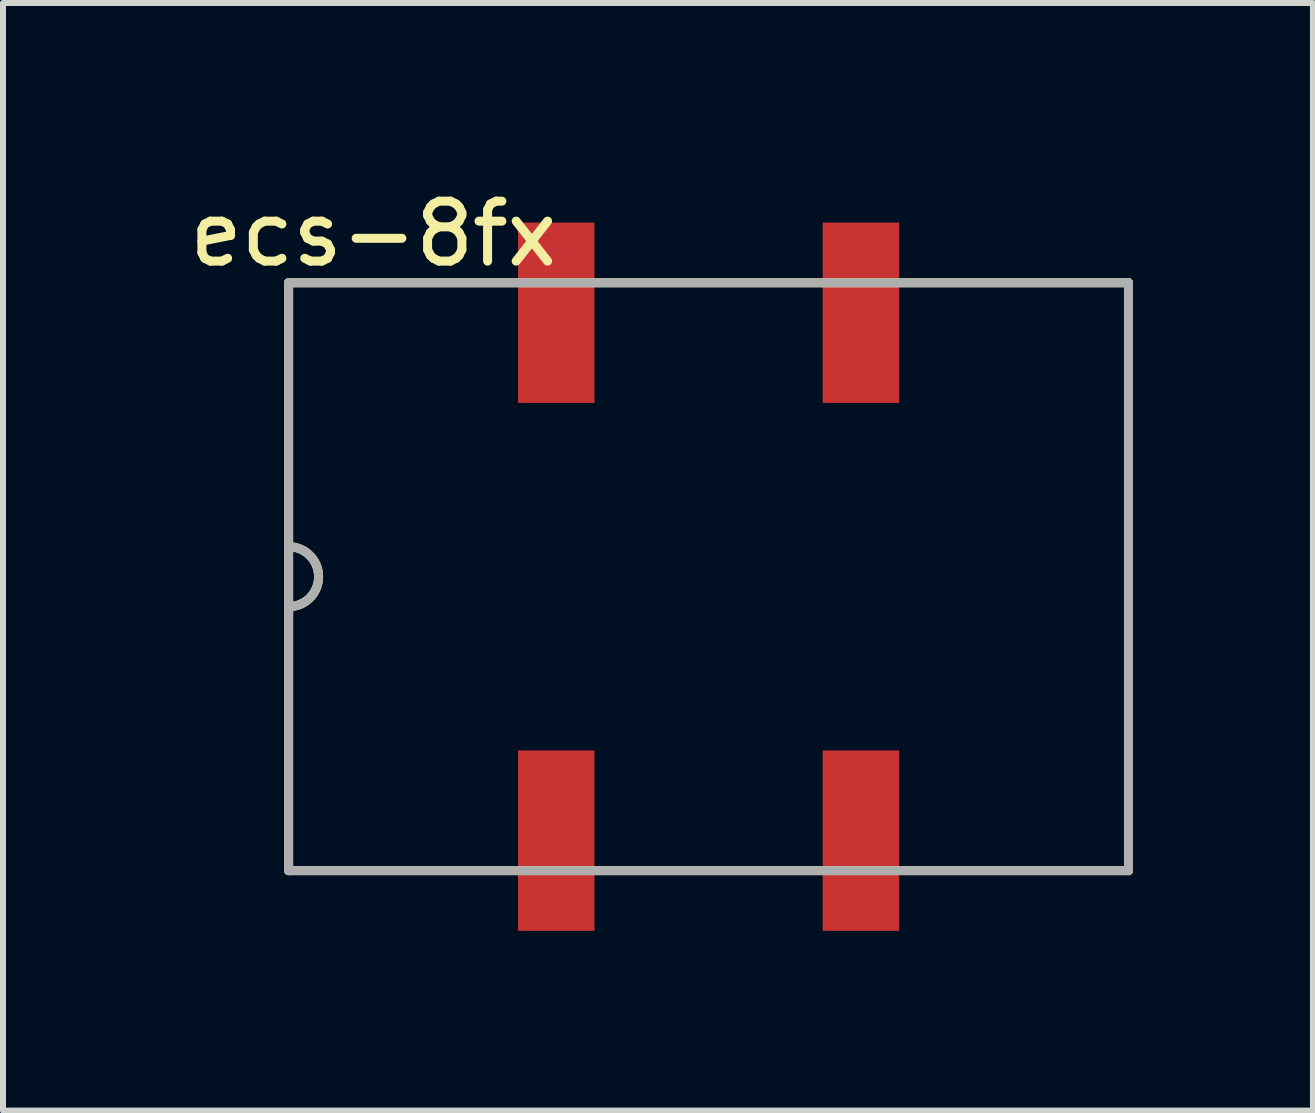
<source format=kicad_pcb>
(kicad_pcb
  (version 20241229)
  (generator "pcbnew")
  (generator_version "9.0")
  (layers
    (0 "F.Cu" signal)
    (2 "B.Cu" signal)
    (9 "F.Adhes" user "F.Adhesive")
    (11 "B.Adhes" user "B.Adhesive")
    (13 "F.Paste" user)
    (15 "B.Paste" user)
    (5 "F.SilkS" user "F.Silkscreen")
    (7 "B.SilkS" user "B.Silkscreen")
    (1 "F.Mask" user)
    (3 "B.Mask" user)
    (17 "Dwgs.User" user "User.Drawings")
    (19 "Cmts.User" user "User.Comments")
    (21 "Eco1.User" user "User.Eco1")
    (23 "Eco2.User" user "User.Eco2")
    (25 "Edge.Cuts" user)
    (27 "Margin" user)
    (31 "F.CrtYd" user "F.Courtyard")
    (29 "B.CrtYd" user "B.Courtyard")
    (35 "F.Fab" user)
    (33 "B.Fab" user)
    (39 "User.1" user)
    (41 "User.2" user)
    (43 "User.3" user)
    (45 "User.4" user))
  (footprint "ecs-8fx"
    (layer "F.Cu")
    (at 8.761 6.563)
    (property "Reference" "ecs-8fx" (at -5.588 -5.715 0) (layer "F.SilkS") (effects (font (size 1 1) (thickness 0.15))))
    (attr through_hole)
    (fp_line (start -7 -4.9) (end -7 4.9) (stroke (width 0.15) (type solid)) (layer "F.SilkS"))
    (fp_line (start -7 -4.9) (end 7 -4.9) (stroke (width 0.15) (type solid)) (layer "F.SilkS"))
    (fp_line (start -7 4.9) (end 7 4.9) (stroke (width 0.15) (type solid)) (layer "F.SilkS"))
    (fp_line (start 7 -4.9) (end 7 4.9) (stroke (width 0.15) (type solid)) (layer "F.SilkS"))
    (fp_arc (start -7 -0.5) (mid -6.5 0) (end -7 0.5) (stroke (width 0.15) (type solid)) (layer "F.SilkS"))
    (fp_line (start -7 -4.9) (end -7 4.9) (stroke (width 0.15) (type solid)) (layer "F.Fab"))
    (fp_line (start -7 -4.9) (end 7 -4.9) (stroke (width 0.15) (type solid)) (layer "F.Fab"))
    (fp_line (start -7 4.9) (end 7 4.9) (stroke (width 0.15) (type solid)) (layer "F.Fab"))
    (fp_line (start 7 -4.9) (end 7 4.9) (stroke (width 0.15) (type solid)) (layer "F.Fab"))
    (fp_arc (start -7 -0.5) (mid -6.5 0) (end -7 0.5) (stroke (width 0.15) (type solid)) (layer "F.Fab"))
    (pad "1" smd rect (at -2.54 4.4) (size 1.27 3) (layers "F.Cu" "F.Mask" "F.Paste"))
    (pad "1" smd rect (at -2.54 4.4) (size 1.27 3) (layers "F.Cu" "F.Mask" "F.Paste"))
    (pad "2" smd rect (at 2.54 4.4) (size 1.27 3) (layers "F.Cu" "F.Mask" "F.Paste"))
    (pad "2" smd rect (at 2.54 4.4) (size 1.27 3) (layers "F.Cu" "F.Mask" "F.Paste"))
    (pad "3" smd rect (at 2.54 -4.4) (size 1.27 3) (layers "F.Cu" "F.Mask" "F.Paste"))
    (pad "3" smd rect (at 2.54 -4.4) (size 1.27 3) (layers "F.Cu" "F.Mask" "F.Paste"))
    (pad "4" smd rect (at -2.54 -4.4) (size 1.27 3) (layers "F.Cu" "F.Mask" "F.Paste"))
    (pad "4" smd rect (at -2.54 -4.4) (size 1.27 3) (layers "F.Cu" "F.Mask" "F.Paste")))
  (gr_rect
    (start -3 -3)
    (end 18.836 15.463)
    (stroke (width 0.1) (type default))
    (fill no)
    (layer "Edge.Cuts")))
</source>
